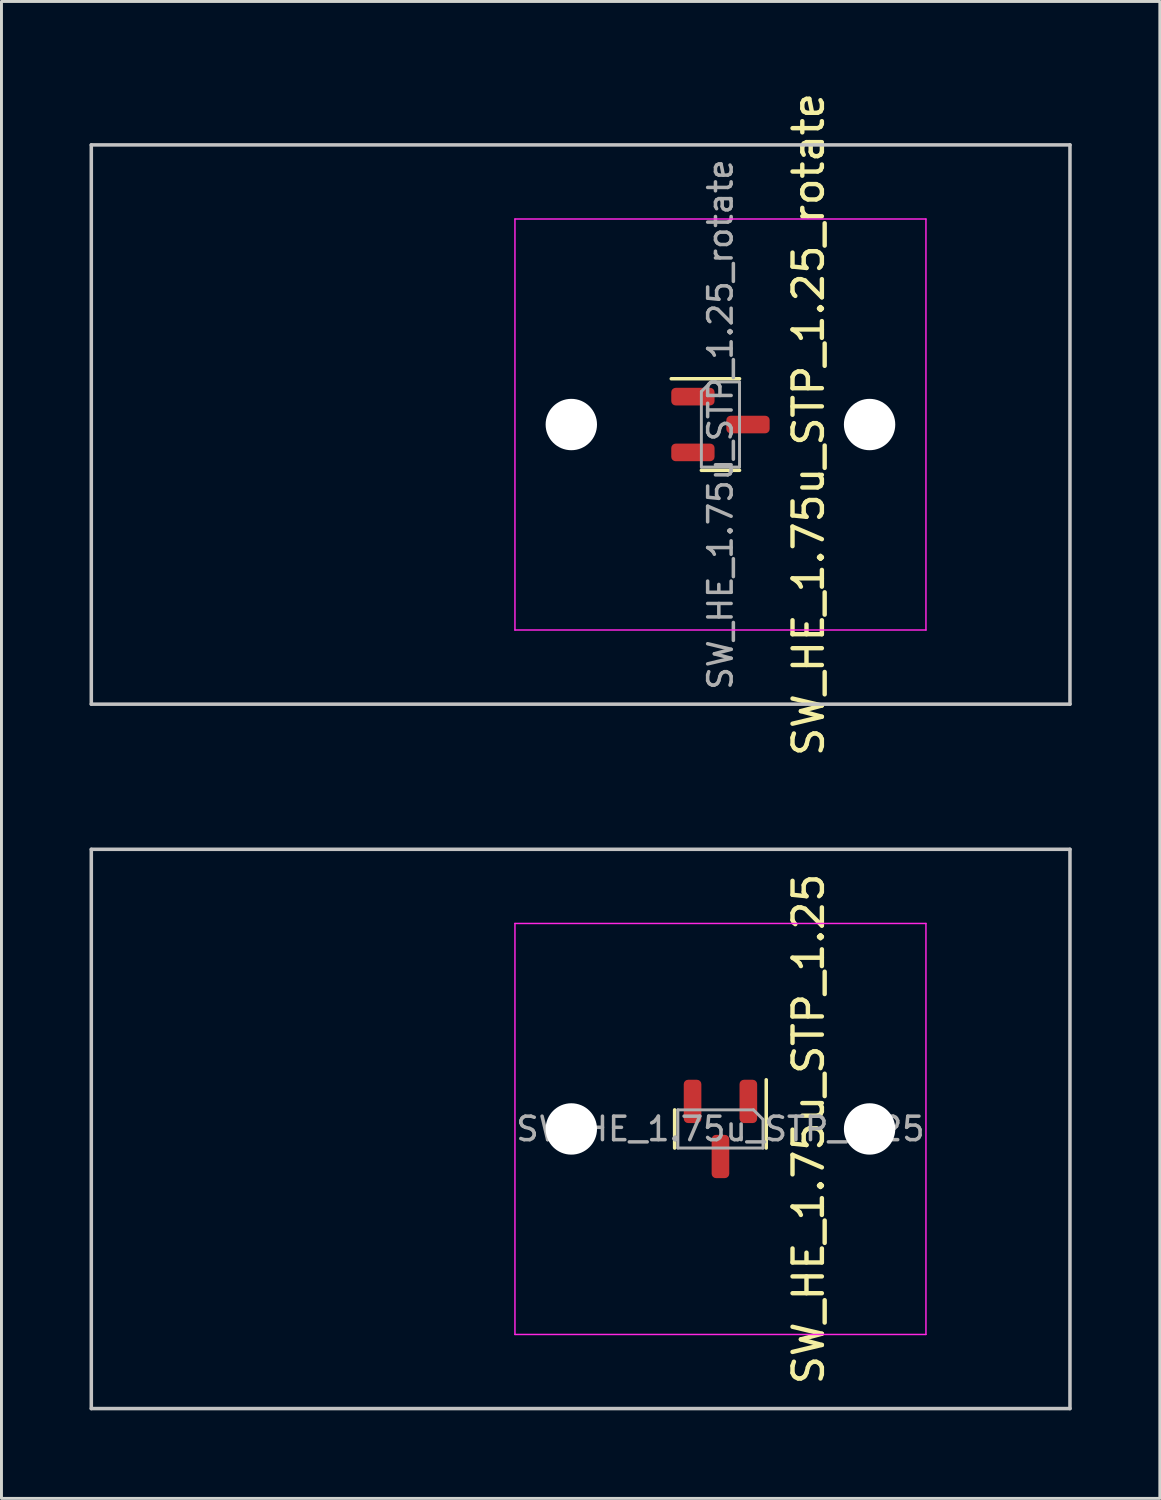
<source format=kicad_pcb>
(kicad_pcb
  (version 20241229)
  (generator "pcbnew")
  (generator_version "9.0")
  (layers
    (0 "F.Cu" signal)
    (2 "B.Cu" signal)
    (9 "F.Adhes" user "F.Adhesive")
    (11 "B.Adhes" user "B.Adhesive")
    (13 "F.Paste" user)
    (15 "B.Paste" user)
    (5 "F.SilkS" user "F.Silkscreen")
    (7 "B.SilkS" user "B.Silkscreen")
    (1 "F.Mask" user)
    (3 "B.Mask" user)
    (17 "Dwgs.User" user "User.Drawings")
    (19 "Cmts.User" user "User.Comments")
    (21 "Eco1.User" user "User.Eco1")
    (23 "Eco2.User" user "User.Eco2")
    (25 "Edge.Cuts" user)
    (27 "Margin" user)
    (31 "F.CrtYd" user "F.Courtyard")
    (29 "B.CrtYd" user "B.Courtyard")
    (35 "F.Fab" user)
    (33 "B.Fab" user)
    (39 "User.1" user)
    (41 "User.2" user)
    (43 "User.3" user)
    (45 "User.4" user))
  (footprint "SW_HE_1.75u_STP_1.25_rotate"
    (layer "F.Cu")
    (at 21.491 11.411)
    (property "Reference" "SW_HE_1.75u_STP_1.25_rotate" (at 3 0 270) (layer "F.SilkS") (effects (font (size 1 1) (thickness 0.15))))
    (attr smd)
    (fp_line (start -1.675 -1.56) (end 0.65 -1.56) (stroke (width 0.12) (type default)) (layer "F.SilkS"))
    (fp_line (start -0.65 1.56) (end 0.65 1.56) (stroke (width 0.12) (type default)) (layer "F.SilkS"))
    (fp_line (start -21.431 9.525) (end -21.431 -9.525) (stroke (width 0.12) (type default)) (layer "Dwgs.User"))
    (fp_line (start -21.431 9.525) (end 11.906 9.525) (stroke (width 0.12) (type default)) (layer "Dwgs.User"))
    (fp_line (start 11.906 -9.525) (end -21.431 -9.525) (stroke (width 0.12) (type default)) (layer "Dwgs.User"))
    (fp_line (start 11.906 9.525) (end 11.906 -9.525) (stroke (width 0.12) (type default)) (layer "Dwgs.User"))
    (fp_line (start -7 6.5) (end -7 -6.5) (stroke (width 0.05) (type solid)) (layer "Eco2.User"))
    (fp_line (start -6.5 -7) (end 6.5 -7) (stroke (width 0.05) (type solid)) (layer "Eco2.User"))
    (fp_line (start 6.5 7) (end -6.5 7) (stroke (width 0.05) (type solid)) (layer "Eco2.User"))
    (fp_line (start 7 -6.5) (end 7 6.5) (stroke (width 0.05) (type solid)) (layer "Eco2.User"))
    (fp_arc (start -7 -6.5) (mid -6.853553 -6.853553) (end -6.5 -7) (stroke (width 0.05) (type solid)) (layer "Eco2.User"))
    (fp_arc (start -6.5 7) (mid -6.853553 6.853553) (end -7 6.5) (stroke (width 0.05) (type solid)) (layer "Eco2.User"))
    (fp_arc (start 6.5 -7) (mid 6.853553 -6.853553) (end 7 -6.5) (stroke (width 0.05) (type solid)) (layer "Eco2.User"))
    (fp_arc (start 6.997236 6.498884) (mid 6.850789 6.852437) (end 6.497236 6.998884) (stroke (width 0.05) (type solid)) (layer "Eco2.User"))
    (fp_line (start -7 -7) (end -7 7) (stroke (width 0.05) (type solid)) (layer "F.CrtYd"))
    (fp_line (start -7 7) (end 7 7) (stroke (width 0.05) (type solid)) (layer "F.CrtYd"))
    (fp_line (start 7 -7) (end -7 -7) (stroke (width 0.05) (type solid)) (layer "F.CrtYd"))
    (fp_line (start 7 7) (end 7 -7) (stroke (width 0.05) (type solid)) (layer "F.CrtYd"))
    (fp_line (start -0.65 1.45) (end -0.65 -1.125) (stroke (width 0.1) (type default)) (layer "F.Fab"))
    (fp_line (start -0.325 -1.45) (end -0.65 -1.125) (stroke (width 0.1) (type default)) (layer "F.Fab"))
    (fp_line (start -0.325 -1.45) (end 0.65 -1.45) (stroke (width 0.1) (type default)) (layer "F.Fab"))
    (fp_line (start 0.65 1.45) (end -0.65 1.45) (stroke (width 0.1) (type default)) (layer "F.Fab"))
    (fp_line (start 0.65 1.45) (end 0.65 -1.45) (stroke (width 0.1) (type default)) (layer "F.Fab"))
    (fp_text user "${REFERENCE}" (at 0 0 90) (layer "F.Fab") (effects (font (size 0.8 0.8) (thickness 0.12))))
    (pad "" np_thru_hole circle (at -5.08 0) (size 1.75 1.75) (drill 1.75) (layers "*.Cu" "*.Mask"))
    (pad "" np_thru_hole circle (at 5.08 0) (size 1.75 1.75) (drill 1.75) (layers "*.Cu" "*.Mask"))
    (pad "1" smd roundrect (at -0.938 -0.95) (size 1.475 0.6) (layers "F.Cu" "F.Mask" "F.Paste") (roundrect_rratio 0.25))
    (pad "2" smd roundrect (at -0.938 0.95) (size 1.475 0.6) (layers "F.Cu" "F.Mask" "F.Paste") (roundrect_rratio 0.25))
    (pad "3" smd roundrect (at 0.938 0) (size 1.475 0.6) (layers "F.Cu" "F.Mask" "F.Paste") (roundrect_rratio 0.25))
    (zone (net_name "") (layers "F.Cu" "B.Cu") (hatch edge 0.5) (connect_pads) (min_thickness 0.25) (filled_areas_thickness no) (keepout (tracks allowed) (vias allowed) (pads allowed) (copperpour not_allowed) (footprints allowed)) (placement (enabled no)) (fill) (polygon (pts (arc (start 20.07125 9.490716) (mid 19.717697 9.637163) (end 19.57125 9.990716)) (arc (start 19.57125 12.830716) (mid 19.717697 13.184269) (end 20.07125 13.330716)) (arc (start 22.91125 13.330716) (mid 23.264803 13.184269) (end 23.41125 12.830716)) (arc (start 23.41125 9.990716) (mid 23.264803 9.637163) (end 22.91125 9.490716))))))
  (footprint "SW_HE_1.75u_STP_1.25"
    (layer "F.Cu")
    (at 21.491 35.406)
    (property "Reference" "SW_HE_1.75u_STP_1.25" (at 3 0 270) (layer "F.SilkS") (effects (font (size 1 1) (thickness 0.15))))
    (attr smd)
    (fp_line (start -1.56 -0.65) (end -1.56 0.65) (stroke (width 0.12) (type default)) (layer "F.SilkS"))
    (fp_line (start 1.56 -1.675) (end 1.56 0.65) (stroke (width 0.12) (type default)) (layer "F.SilkS"))
    (fp_line (start -21.431 9.525) (end -21.431 -9.525) (stroke (width 0.12) (type default)) (layer "Dwgs.User"))
    (fp_line (start -21.431 9.525) (end 11.906 9.525) (stroke (width 0.12) (type default)) (layer "Dwgs.User"))
    (fp_line (start 11.906 -9.525) (end -21.431 -9.525) (stroke (width 0.12) (type default)) (layer "Dwgs.User"))
    (fp_line (start 11.906 9.525) (end 11.906 -9.525) (stroke (width 0.12) (type default)) (layer "Dwgs.User"))
    (fp_line (start -7 6.5) (end -7 -6.5) (stroke (width 0.05) (type solid)) (layer "Eco2.User"))
    (fp_line (start -6.5 -7) (end 6.5 -7) (stroke (width 0.05) (type solid)) (layer "Eco2.User"))
    (fp_line (start 6.5 7) (end -6.5 7) (stroke (width 0.05) (type solid)) (layer "Eco2.User"))
    (fp_line (start 7 -6.5) (end 7 6.5) (stroke (width 0.05) (type solid)) (layer "Eco2.User"))
    (fp_arc (start -7 -6.5) (mid -6.853553 -6.853553) (end -6.5 -7) (stroke (width 0.05) (type solid)) (layer "Eco2.User"))
    (fp_arc (start -6.5 7) (mid -6.853553 6.853553) (end -7 6.5) (stroke (width 0.05) (type solid)) (layer "Eco2.User"))
    (fp_arc (start 6.5 -7) (mid 6.853553 -6.853553) (end 7 -6.5) (stroke (width 0.05) (type solid)) (layer "Eco2.User"))
    (fp_arc (start 6.997236 6.498884) (mid 6.850789 6.852437) (end 6.497236 6.998884) (stroke (width 0.05) (type solid)) (layer "Eco2.User"))
    (fp_line (start -7 -7) (end -7 7) (stroke (width 0.05) (type solid)) (layer "F.CrtYd"))
    (fp_line (start -7 7) (end 7 7) (stroke (width 0.05) (type solid)) (layer "F.CrtYd"))
    (fp_line (start 7 -7) (end -7 -7) (stroke (width 0.05) (type solid)) (layer "F.CrtYd"))
    (fp_line (start 7 7) (end 7 -7) (stroke (width 0.05) (type solid)) (layer "F.CrtYd"))
    (fp_line (start -1.45 -0.65) (end 1.125 -0.65) (stroke (width 0.1) (type default)) (layer "F.Fab"))
    (fp_line (start -1.45 0.65) (end -1.45 -0.65) (stroke (width 0.1) (type default)) (layer "F.Fab"))
    (fp_line (start -1.45 0.65) (end 1.45 0.65) (stroke (width 0.1) (type default)) (layer "F.Fab"))
    (fp_line (start 1.45 -0.325) (end 1.125 -0.65) (stroke (width 0.1) (type default)) (layer "F.Fab"))
    (fp_line (start 1.45 -0.325) (end 1.45 0.65) (stroke (width 0.1) (type default)) (layer "F.Fab"))
    (fp_text user "${REFERENCE}" (at 0 0 0) (layer "F.Fab") (effects (font (size 0.8 0.8) (thickness 0.12))))
    (pad "" np_thru_hole circle (at -5.08 0) (size 1.75 1.75) (drill 1.75) (layers "*.Cu" "*.Mask"))
    (pad "" np_thru_hole circle (at 5.08 0) (size 1.75 1.75) (drill 1.75) (layers "*.Cu" "*.Mask"))
    (pad "1" smd roundrect (at 0.95 -0.938 270) (size 1.475 0.6) (layers "F.Cu" "F.Mask" "F.Paste") (roundrect_rratio 0.25))
    (pad "2" smd roundrect (at -0.95 -0.938 270) (size 1.475 0.6) (layers "F.Cu" "F.Mask" "F.Paste") (roundrect_rratio 0.25))
    (pad "3" smd roundrect (at 0 0.938 270) (size 1.475 0.6) (layers "F.Cu" "F.Mask" "F.Paste") (roundrect_rratio 0.25))
    (zone (net_name "") (layers "F.Cu" "B.Cu") (hatch edge 0.5) (connect_pads) (min_thickness 0.25) (filled_areas_thickness no) (keepout (tracks allowed) (vias allowed) (pads allowed) (copperpour not_allowed) (footprints allowed)) (placement (enabled no)) (fill) (polygon (pts (arc (start 23.41125 33.986431) (mid 23.264803 33.632878) (end 22.91125 33.486431)) (arc (start 20.07125 33.486431) (mid 19.717697 33.632878) (end 19.57125 33.986431)) (arc (start 19.57125 36.826431) (mid 19.717697 37.179984) (end 20.07125 37.326431)) (arc (start 22.91125 37.326431) (mid 23.264803 37.179984) (end 23.41125 36.826431))))))
  (gr_rect
    (start -3 -3)
    (end 36.458 47.991)
    (stroke (width 0.1) (type default))
    (fill no)
    (layer "Edge.Cuts")))
</source>
